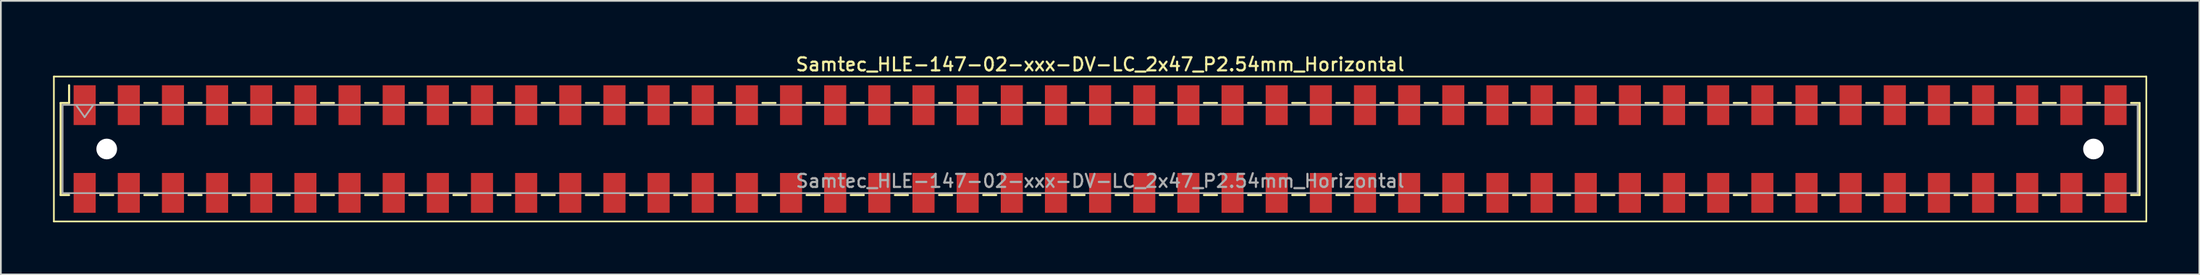
<source format=kicad_pcb>
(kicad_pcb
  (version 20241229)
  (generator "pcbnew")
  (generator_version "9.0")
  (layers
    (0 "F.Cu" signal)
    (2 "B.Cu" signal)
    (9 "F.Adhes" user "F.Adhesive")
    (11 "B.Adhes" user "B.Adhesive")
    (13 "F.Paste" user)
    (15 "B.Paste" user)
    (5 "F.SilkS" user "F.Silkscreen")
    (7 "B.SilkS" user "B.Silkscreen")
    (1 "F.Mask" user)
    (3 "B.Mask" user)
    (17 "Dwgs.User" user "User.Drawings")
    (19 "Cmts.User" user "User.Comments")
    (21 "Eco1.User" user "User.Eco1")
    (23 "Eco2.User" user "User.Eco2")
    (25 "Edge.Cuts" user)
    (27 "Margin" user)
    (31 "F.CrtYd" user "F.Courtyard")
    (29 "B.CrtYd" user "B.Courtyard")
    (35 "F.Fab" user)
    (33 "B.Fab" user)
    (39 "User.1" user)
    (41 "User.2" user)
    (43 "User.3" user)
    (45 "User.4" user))
  (footprint "Samtec_HLE-147-02-xxx-DV-LC_2x47_P2.54mm_Horizontal"
    (layer "F.Cu")
    (at 60.24 5.528)
    (property "Reference" "Samtec_HLE-147-02-xxx-DV-LC_2x47_P2.54mm_Horizontal" (at 0 -4.87 0) (layer "F.SilkS") (effects (font (size 0.75 0.75) (thickness 0.125))))
    (attr smd)
    (fp_line (start -60.19 -4.17) (end 60.19 -4.17) (stroke (width 0.1) (type solid)) (layer "F.SilkS"))
    (fp_line (start -60.19 4.17) (end -60.19 -4.17) (stroke (width 0.1) (type solid)) (layer "F.SilkS"))
    (fp_line (start -59.8 -2.65) (end -59.8 2.65) (stroke (width 0.12) (type solid)) (layer "F.SilkS"))
    (fp_line (start -59.8 2.65) (end -59.315 2.65) (stroke (width 0.12) (type solid)) (layer "F.SilkS"))
    (fp_line (start -59.315 -3.67) (end -59.315 -2.65) (stroke (width 0.12) (type solid)) (layer "F.SilkS"))
    (fp_line (start -59.315 -2.65) (end -59.8 -2.65) (stroke (width 0.12) (type solid)) (layer "F.SilkS"))
    (fp_line (start -57.525 -2.65) (end -56.775 -2.65) (stroke (width 0.12) (type solid)) (layer "F.SilkS"))
    (fp_line (start -57.525 2.65) (end -56.775 2.65) (stroke (width 0.12) (type solid)) (layer "F.SilkS"))
    (fp_line (start -54.985 -2.65) (end -54.235 -2.65) (stroke (width 0.12) (type solid)) (layer "F.SilkS"))
    (fp_line (start -54.985 2.65) (end -54.235 2.65) (stroke (width 0.12) (type solid)) (layer "F.SilkS"))
    (fp_line (start -52.445 -2.65) (end -51.695 -2.65) (stroke (width 0.12) (type solid)) (layer "F.SilkS"))
    (fp_line (start -52.445 2.65) (end -51.695 2.65) (stroke (width 0.12) (type solid)) (layer "F.SilkS"))
    (fp_line (start -49.905 -2.65) (end -49.155 -2.65) (stroke (width 0.12) (type solid)) (layer "F.SilkS"))
    (fp_line (start -49.905 2.65) (end -49.155 2.65) (stroke (width 0.12) (type solid)) (layer "F.SilkS"))
    (fp_line (start -47.365 -2.65) (end -46.615 -2.65) (stroke (width 0.12) (type solid)) (layer "F.SilkS"))
    (fp_line (start -47.365 2.65) (end -46.615 2.65) (stroke (width 0.12) (type solid)) (layer "F.SilkS"))
    (fp_line (start -44.825 -2.65) (end -44.075 -2.65) (stroke (width 0.12) (type solid)) (layer "F.SilkS"))
    (fp_line (start -44.825 2.65) (end -44.075 2.65) (stroke (width 0.12) (type solid)) (layer "F.SilkS"))
    (fp_line (start -42.285 -2.65) (end -41.535 -2.65) (stroke (width 0.12) (type solid)) (layer "F.SilkS"))
    (fp_line (start -42.285 2.65) (end -41.535 2.65) (stroke (width 0.12) (type solid)) (layer "F.SilkS"))
    (fp_line (start -39.745 -2.65) (end -38.995 -2.65) (stroke (width 0.12) (type solid)) (layer "F.SilkS"))
    (fp_line (start -39.745 2.65) (end -38.995 2.65) (stroke (width 0.12) (type solid)) (layer "F.SilkS"))
    (fp_line (start -37.205 -2.65) (end -36.455 -2.65) (stroke (width 0.12) (type solid)) (layer "F.SilkS"))
    (fp_line (start -37.205 2.65) (end -36.455 2.65) (stroke (width 0.12) (type solid)) (layer "F.SilkS"))
    (fp_line (start -34.665 -2.65) (end -33.915 -2.65) (stroke (width 0.12) (type solid)) (layer "F.SilkS"))
    (fp_line (start -34.665 2.65) (end -33.915 2.65) (stroke (width 0.12) (type solid)) (layer "F.SilkS"))
    (fp_line (start -32.125 -2.65) (end -31.375 -2.65) (stroke (width 0.12) (type solid)) (layer "F.SilkS"))
    (fp_line (start -32.125 2.65) (end -31.375 2.65) (stroke (width 0.12) (type solid)) (layer "F.SilkS"))
    (fp_line (start -29.585 -2.65) (end -28.835 -2.65) (stroke (width 0.12) (type solid)) (layer "F.SilkS"))
    (fp_line (start -29.585 2.65) (end -28.835 2.65) (stroke (width 0.12) (type solid)) (layer "F.SilkS"))
    (fp_line (start -27.045 -2.65) (end -26.295 -2.65) (stroke (width 0.12) (type solid)) (layer "F.SilkS"))
    (fp_line (start -27.045 2.65) (end -26.295 2.65) (stroke (width 0.12) (type solid)) (layer "F.SilkS"))
    (fp_line (start -24.505 -2.65) (end -23.755 -2.65) (stroke (width 0.12) (type solid)) (layer "F.SilkS"))
    (fp_line (start -24.505 2.65) (end -23.755 2.65) (stroke (width 0.12) (type solid)) (layer "F.SilkS"))
    (fp_line (start -21.965 -2.65) (end -21.215 -2.65) (stroke (width 0.12) (type solid)) (layer "F.SilkS"))
    (fp_line (start -21.965 2.65) (end -21.215 2.65) (stroke (width 0.12) (type solid)) (layer "F.SilkS"))
    (fp_line (start -19.425 -2.65) (end -18.675 -2.65) (stroke (width 0.12) (type solid)) (layer "F.SilkS"))
    (fp_line (start -19.425 2.65) (end -18.675 2.65) (stroke (width 0.12) (type solid)) (layer "F.SilkS"))
    (fp_line (start -16.885 -2.65) (end -16.135 -2.65) (stroke (width 0.12) (type solid)) (layer "F.SilkS"))
    (fp_line (start -16.885 2.65) (end -16.135 2.65) (stroke (width 0.12) (type solid)) (layer "F.SilkS"))
    (fp_line (start -14.345 -2.65) (end -13.595 -2.65) (stroke (width 0.12) (type solid)) (layer "F.SilkS"))
    (fp_line (start -14.345 2.65) (end -13.595 2.65) (stroke (width 0.12) (type solid)) (layer "F.SilkS"))
    (fp_line (start -11.805 -2.65) (end -11.055 -2.65) (stroke (width 0.12) (type solid)) (layer "F.SilkS"))
    (fp_line (start -11.805 2.65) (end -11.055 2.65) (stroke (width 0.12) (type solid)) (layer "F.SilkS"))
    (fp_line (start -9.265 -2.65) (end -8.515 -2.65) (stroke (width 0.12) (type solid)) (layer "F.SilkS"))
    (fp_line (start -9.265 2.65) (end -8.515 2.65) (stroke (width 0.12) (type solid)) (layer "F.SilkS"))
    (fp_line (start -6.725 -2.65) (end -5.975 -2.65) (stroke (width 0.12) (type solid)) (layer "F.SilkS"))
    (fp_line (start -6.725 2.65) (end -5.975 2.65) (stroke (width 0.12) (type solid)) (layer "F.SilkS"))
    (fp_line (start -4.185 -2.65) (end -3.435 -2.65) (stroke (width 0.12) (type solid)) (layer "F.SilkS"))
    (fp_line (start -4.185 2.65) (end -3.435 2.65) (stroke (width 0.12) (type solid)) (layer "F.SilkS"))
    (fp_line (start -1.645 -2.65) (end -0.895 -2.65) (stroke (width 0.12) (type solid)) (layer "F.SilkS"))
    (fp_line (start -1.645 2.65) (end -0.895 2.65) (stroke (width 0.12) (type solid)) (layer "F.SilkS"))
    (fp_line (start 0.895 -2.65) (end 1.645 -2.65) (stroke (width 0.12) (type solid)) (layer "F.SilkS"))
    (fp_line (start 0.895 2.65) (end 1.645 2.65) (stroke (width 0.12) (type solid)) (layer "F.SilkS"))
    (fp_line (start 3.435 -2.65) (end 4.185 -2.65) (stroke (width 0.12) (type solid)) (layer "F.SilkS"))
    (fp_line (start 3.435 2.65) (end 4.185 2.65) (stroke (width 0.12) (type solid)) (layer "F.SilkS"))
    (fp_line (start 5.975 -2.65) (end 6.725 -2.65) (stroke (width 0.12) (type solid)) (layer "F.SilkS"))
    (fp_line (start 5.975 2.65) (end 6.725 2.65) (stroke (width 0.12) (type solid)) (layer "F.SilkS"))
    (fp_line (start 8.515 -2.65) (end 9.265 -2.65) (stroke (width 0.12) (type solid)) (layer "F.SilkS"))
    (fp_line (start 8.515 2.65) (end 9.265 2.65) (stroke (width 0.12) (type solid)) (layer "F.SilkS"))
    (fp_line (start 11.055 -2.65) (end 11.805 -2.65) (stroke (width 0.12) (type solid)) (layer "F.SilkS"))
    (fp_line (start 11.055 2.65) (end 11.805 2.65) (stroke (width 0.12) (type solid)) (layer "F.SilkS"))
    (fp_line (start 13.595 -2.65) (end 14.345 -2.65) (stroke (width 0.12) (type solid)) (layer "F.SilkS"))
    (fp_line (start 13.595 2.65) (end 14.345 2.65) (stroke (width 0.12) (type solid)) (layer "F.SilkS"))
    (fp_line (start 16.135 -2.65) (end 16.885 -2.65) (stroke (width 0.12) (type solid)) (layer "F.SilkS"))
    (fp_line (start 16.135 2.65) (end 16.885 2.65) (stroke (width 0.12) (type solid)) (layer "F.SilkS"))
    (fp_line (start 18.675 -2.65) (end 19.425 -2.65) (stroke (width 0.12) (type solid)) (layer "F.SilkS"))
    (fp_line (start 18.675 2.65) (end 19.425 2.65) (stroke (width 0.12) (type solid)) (layer "F.SilkS"))
    (fp_line (start 21.215 -2.65) (end 21.965 -2.65) (stroke (width 0.12) (type solid)) (layer "F.SilkS"))
    (fp_line (start 21.215 2.65) (end 21.965 2.65) (stroke (width 0.12) (type solid)) (layer "F.SilkS"))
    (fp_line (start 23.755 -2.65) (end 24.505 -2.65) (stroke (width 0.12) (type solid)) (layer "F.SilkS"))
    (fp_line (start 23.755 2.65) (end 24.505 2.65) (stroke (width 0.12) (type solid)) (layer "F.SilkS"))
    (fp_line (start 26.295 -2.65) (end 27.045 -2.65) (stroke (width 0.12) (type solid)) (layer "F.SilkS"))
    (fp_line (start 26.295 2.65) (end 27.045 2.65) (stroke (width 0.12) (type solid)) (layer "F.SilkS"))
    (fp_line (start 28.835 -2.65) (end 29.585 -2.65) (stroke (width 0.12) (type solid)) (layer "F.SilkS"))
    (fp_line (start 28.835 2.65) (end 29.585 2.65) (stroke (width 0.12) (type solid)) (layer "F.SilkS"))
    (fp_line (start 31.375 -2.65) (end 32.125 -2.65) (stroke (width 0.12) (type solid)) (layer "F.SilkS"))
    (fp_line (start 31.375 2.65) (end 32.125 2.65) (stroke (width 0.12) (type solid)) (layer "F.SilkS"))
    (fp_line (start 33.915 -2.65) (end 34.665 -2.65) (stroke (width 0.12) (type solid)) (layer "F.SilkS"))
    (fp_line (start 33.915 2.65) (end 34.665 2.65) (stroke (width 0.12) (type solid)) (layer "F.SilkS"))
    (fp_line (start 36.455 -2.65) (end 37.205 -2.65) (stroke (width 0.12) (type solid)) (layer "F.SilkS"))
    (fp_line (start 36.455 2.65) (end 37.205 2.65) (stroke (width 0.12) (type solid)) (layer "F.SilkS"))
    (fp_line (start 38.995 -2.65) (end 39.745 -2.65) (stroke (width 0.12) (type solid)) (layer "F.SilkS"))
    (fp_line (start 38.995 2.65) (end 39.745 2.65) (stroke (width 0.12) (type solid)) (layer "F.SilkS"))
    (fp_line (start 41.535 -2.65) (end 42.285 -2.65) (stroke (width 0.12) (type solid)) (layer "F.SilkS"))
    (fp_line (start 41.535 2.65) (end 42.285 2.65) (stroke (width 0.12) (type solid)) (layer "F.SilkS"))
    (fp_line (start 44.075 -2.65) (end 44.825 -2.65) (stroke (width 0.12) (type solid)) (layer "F.SilkS"))
    (fp_line (start 44.075 2.65) (end 44.825 2.65) (stroke (width 0.12) (type solid)) (layer "F.SilkS"))
    (fp_line (start 46.615 -2.65) (end 47.365 -2.65) (stroke (width 0.12) (type solid)) (layer "F.SilkS"))
    (fp_line (start 46.615 2.65) (end 47.365 2.65) (stroke (width 0.12) (type solid)) (layer "F.SilkS"))
    (fp_line (start 49.155 -2.65) (end 49.905 -2.65) (stroke (width 0.12) (type solid)) (layer "F.SilkS"))
    (fp_line (start 49.155 2.65) (end 49.905 2.65) (stroke (width 0.12) (type solid)) (layer "F.SilkS"))
    (fp_line (start 51.695 -2.65) (end 52.445 -2.65) (stroke (width 0.12) (type solid)) (layer "F.SilkS"))
    (fp_line (start 51.695 2.65) (end 52.445 2.65) (stroke (width 0.12) (type solid)) (layer "F.SilkS"))
    (fp_line (start 54.235 -2.65) (end 54.985 -2.65) (stroke (width 0.12) (type solid)) (layer "F.SilkS"))
    (fp_line (start 54.235 2.65) (end 54.985 2.65) (stroke (width 0.12) (type solid)) (layer "F.SilkS"))
    (fp_line (start 56.775 -2.65) (end 57.525 -2.65) (stroke (width 0.12) (type solid)) (layer "F.SilkS"))
    (fp_line (start 56.775 2.65) (end 57.525 2.65) (stroke (width 0.12) (type solid)) (layer "F.SilkS"))
    (fp_line (start 59.315 -2.65) (end 59.8 -2.65) (stroke (width 0.12) (type solid)) (layer "F.SilkS"))
    (fp_line (start 59.8 -2.65) (end 59.8 2.65) (stroke (width 0.12) (type solid)) (layer "F.SilkS"))
    (fp_line (start 59.8 2.65) (end 59.315 2.65) (stroke (width 0.12) (type solid)) (layer "F.SilkS"))
    (fp_line (start 60.19 -4.17) (end 60.19 4.17) (stroke (width 0.1) (type solid)) (layer "F.SilkS"))
    (fp_line (start 60.19 4.17) (end -60.19 4.17) (stroke (width 0.1) (type solid)) (layer "F.SilkS"))
    (fp_line (start -59.69 -2.54) (end 59.69 -2.54) (stroke (width 0.1) (type solid)) (layer "F.Fab"))
    (fp_line (start -59.69 2.54) (end -59.69 -2.54) (stroke (width 0.1) (type solid)) (layer "F.Fab"))
    (fp_line (start -58.92 -2.54) (end -58.42 -1.833) (stroke (width 0.1) (type solid)) (layer "F.Fab"))
    (fp_line (start -58.42 -1.833) (end -57.92 -2.54) (stroke (width 0.1) (type solid)) (layer "F.Fab"))
    (fp_line (start 59.69 -2.54) (end 59.69 2.54) (stroke (width 0.1) (type solid)) (layer "F.Fab"))
    (fp_line (start 59.69 2.54) (end -59.69 2.54) (stroke (width 0.1) (type solid)) (layer "F.Fab"))
    (fp_text user "${REFERENCE}" (at 0 1.84 0) (layer "F.Fab") (effects (font (size 0.75 0.75) (thickness 0.125))))
    (pad "" np_thru_hole circle (at -57.15 0) (size 1.19 1.19) (drill 1.19) (layers "*.Cu" "*.Mask"))
    (pad "" np_thru_hole circle (at 57.15 0) (size 1.19 1.19) (drill 1.19) (layers "*.Cu" "*.Mask"))
    (pad "1" smd rect (at -58.42 -2.525) (size 1.27 2.29) (layers "F.Cu" "F.Mask" "F.Paste"))
    (pad "2" smd rect (at -58.42 2.525) (size 1.27 2.29) (layers "F.Cu" "F.Mask" "F.Paste"))
    (pad "3" smd rect (at -55.88 -2.525) (size 1.27 2.29) (layers "F.Cu" "F.Mask" "F.Paste"))
    (pad "4" smd rect (at -55.88 2.525) (size 1.27 2.29) (layers "F.Cu" "F.Mask" "F.Paste"))
    (pad "5" smd rect (at -53.34 -2.525) (size 1.27 2.29) (layers "F.Cu" "F.Mask" "F.Paste"))
    (pad "6" smd rect (at -53.34 2.525) (size 1.27 2.29) (layers "F.Cu" "F.Mask" "F.Paste"))
    (pad "7" smd rect (at -50.8 -2.525) (size 1.27 2.29) (layers "F.Cu" "F.Mask" "F.Paste"))
    (pad "8" smd rect (at -50.8 2.525) (size 1.27 2.29) (layers "F.Cu" "F.Mask" "F.Paste"))
    (pad "9" smd rect (at -48.26 -2.525) (size 1.27 2.29) (layers "F.Cu" "F.Mask" "F.Paste"))
    (pad "10" smd rect (at -48.26 2.525) (size 1.27 2.29) (layers "F.Cu" "F.Mask" "F.Paste"))
    (pad "11" smd rect (at -45.72 -2.525) (size 1.27 2.29) (layers "F.Cu" "F.Mask" "F.Paste"))
    (pad "12" smd rect (at -45.72 2.525) (size 1.27 2.29) (layers "F.Cu" "F.Mask" "F.Paste"))
    (pad "13" smd rect (at -43.18 -2.525) (size 1.27 2.29) (layers "F.Cu" "F.Mask" "F.Paste"))
    (pad "14" smd rect (at -43.18 2.525) (size 1.27 2.29) (layers "F.Cu" "F.Mask" "F.Paste"))
    (pad "15" smd rect (at -40.64 -2.525) (size 1.27 2.29) (layers "F.Cu" "F.Mask" "F.Paste"))
    (pad "16" smd rect (at -40.64 2.525) (size 1.27 2.29) (layers "F.Cu" "F.Mask" "F.Paste"))
    (pad "17" smd rect (at -38.1 -2.525) (size 1.27 2.29) (layers "F.Cu" "F.Mask" "F.Paste"))
    (pad "18" smd rect (at -38.1 2.525) (size 1.27 2.29) (layers "F.Cu" "F.Mask" "F.Paste"))
    (pad "19" smd rect (at -35.56 -2.525) (size 1.27 2.29) (layers "F.Cu" "F.Mask" "F.Paste"))
    (pad "20" smd rect (at -35.56 2.525) (size 1.27 2.29) (layers "F.Cu" "F.Mask" "F.Paste"))
    (pad "21" smd rect (at -33.02 -2.525) (size 1.27 2.29) (layers "F.Cu" "F.Mask" "F.Paste"))
    (pad "22" smd rect (at -33.02 2.525) (size 1.27 2.29) (layers "F.Cu" "F.Mask" "F.Paste"))
    (pad "23" smd rect (at -30.48 -2.525) (size 1.27 2.29) (layers "F.Cu" "F.Mask" "F.Paste"))
    (pad "24" smd rect (at -30.48 2.525) (size 1.27 2.29) (layers "F.Cu" "F.Mask" "F.Paste"))
    (pad "25" smd rect (at -27.94 -2.525) (size 1.27 2.29) (layers "F.Cu" "F.Mask" "F.Paste"))
    (pad "26" smd rect (at -27.94 2.525) (size 1.27 2.29) (layers "F.Cu" "F.Mask" "F.Paste"))
    (pad "27" smd rect (at -25.4 -2.525) (size 1.27 2.29) (layers "F.Cu" "F.Mask" "F.Paste"))
    (pad "28" smd rect (at -25.4 2.525) (size 1.27 2.29) (layers "F.Cu" "F.Mask" "F.Paste"))
    (pad "29" smd rect (at -22.86 -2.525) (size 1.27 2.29) (layers "F.Cu" "F.Mask" "F.Paste"))
    (pad "30" smd rect (at -22.86 2.525) (size 1.27 2.29) (layers "F.Cu" "F.Mask" "F.Paste"))
    (pad "31" smd rect (at -20.32 -2.525) (size 1.27 2.29) (layers "F.Cu" "F.Mask" "F.Paste"))
    (pad "32" smd rect (at -20.32 2.525) (size 1.27 2.29) (layers "F.Cu" "F.Mask" "F.Paste"))
    (pad "33" smd rect (at -17.78 -2.525) (size 1.27 2.29) (layers "F.Cu" "F.Mask" "F.Paste"))
    (pad "34" smd rect (at -17.78 2.525) (size 1.27 2.29) (layers "F.Cu" "F.Mask" "F.Paste"))
    (pad "35" smd rect (at -15.24 -2.525) (size 1.27 2.29) (layers "F.Cu" "F.Mask" "F.Paste"))
    (pad "36" smd rect (at -15.24 2.525) (size 1.27 2.29) (layers "F.Cu" "F.Mask" "F.Paste"))
    (pad "37" smd rect (at -12.7 -2.525) (size 1.27 2.29) (layers "F.Cu" "F.Mask" "F.Paste"))
    (pad "38" smd rect (at -12.7 2.525) (size 1.27 2.29) (layers "F.Cu" "F.Mask" "F.Paste"))
    (pad "39" smd rect (at -10.16 -2.525) (size 1.27 2.29) (layers "F.Cu" "F.Mask" "F.Paste"))
    (pad "40" smd rect (at -10.16 2.525) (size 1.27 2.29) (layers "F.Cu" "F.Mask" "F.Paste"))
    (pad "41" smd rect (at -7.62 -2.525) (size 1.27 2.29) (layers "F.Cu" "F.Mask" "F.Paste"))
    (pad "42" smd rect (at -7.62 2.525) (size 1.27 2.29) (layers "F.Cu" "F.Mask" "F.Paste"))
    (pad "43" smd rect (at -5.08 -2.525) (size 1.27 2.29) (layers "F.Cu" "F.Mask" "F.Paste"))
    (pad "44" smd rect (at -5.08 2.525) (size 1.27 2.29) (layers "F.Cu" "F.Mask" "F.Paste"))
    (pad "45" smd rect (at -2.54 -2.525) (size 1.27 2.29) (layers "F.Cu" "F.Mask" "F.Paste"))
    (pad "46" smd rect (at -2.54 2.525) (size 1.27 2.29) (layers "F.Cu" "F.Mask" "F.Paste"))
    (pad "47" smd rect (at 0 -2.525) (size 1.27 2.29) (layers "F.Cu" "F.Mask" "F.Paste"))
    (pad "48" smd rect (at 0 2.525) (size 1.27 2.29) (layers "F.Cu" "F.Mask" "F.Paste"))
    (pad "49" smd rect (at 2.54 -2.525) (size 1.27 2.29) (layers "F.Cu" "F.Mask" "F.Paste"))
    (pad "50" smd rect (at 2.54 2.525) (size 1.27 2.29) (layers "F.Cu" "F.Mask" "F.Paste"))
    (pad "51" smd rect (at 5.08 -2.525) (size 1.27 2.29) (layers "F.Cu" "F.Mask" "F.Paste"))
    (pad "52" smd rect (at 5.08 2.525) (size 1.27 2.29) (layers "F.Cu" "F.Mask" "F.Paste"))
    (pad "53" smd rect (at 7.62 -2.525) (size 1.27 2.29) (layers "F.Cu" "F.Mask" "F.Paste"))
    (pad "54" smd rect (at 7.62 2.525) (size 1.27 2.29) (layers "F.Cu" "F.Mask" "F.Paste"))
    (pad "55" smd rect (at 10.16 -2.525) (size 1.27 2.29) (layers "F.Cu" "F.Mask" "F.Paste"))
    (pad "56" smd rect (at 10.16 2.525) (size 1.27 2.29) (layers "F.Cu" "F.Mask" "F.Paste"))
    (pad "57" smd rect (at 12.7 -2.525) (size 1.27 2.29) (layers "F.Cu" "F.Mask" "F.Paste"))
    (pad "58" smd rect (at 12.7 2.525) (size 1.27 2.29) (layers "F.Cu" "F.Mask" "F.Paste"))
    (pad "59" smd rect (at 15.24 -2.525) (size 1.27 2.29) (layers "F.Cu" "F.Mask" "F.Paste"))
    (pad "60" smd rect (at 15.24 2.525) (size 1.27 2.29) (layers "F.Cu" "F.Mask" "F.Paste"))
    (pad "61" smd rect (at 17.78 -2.525) (size 1.27 2.29) (layers "F.Cu" "F.Mask" "F.Paste"))
    (pad "62" smd rect (at 17.78 2.525) (size 1.27 2.29) (layers "F.Cu" "F.Mask" "F.Paste"))
    (pad "63" smd rect (at 20.32 -2.525) (size 1.27 2.29) (layers "F.Cu" "F.Mask" "F.Paste"))
    (pad "64" smd rect (at 20.32 2.525) (size 1.27 2.29) (layers "F.Cu" "F.Mask" "F.Paste"))
    (pad "65" smd rect (at 22.86 -2.525) (size 1.27 2.29) (layers "F.Cu" "F.Mask" "F.Paste"))
    (pad "66" smd rect (at 22.86 2.525) (size 1.27 2.29) (layers "F.Cu" "F.Mask" "F.Paste"))
    (pad "67" smd rect (at 25.4 -2.525) (size 1.27 2.29) (layers "F.Cu" "F.Mask" "F.Paste"))
    (pad "68" smd rect (at 25.4 2.525) (size 1.27 2.29) (layers "F.Cu" "F.Mask" "F.Paste"))
    (pad "69" smd rect (at 27.94 -2.525) (size 1.27 2.29) (layers "F.Cu" "F.Mask" "F.Paste"))
    (pad "70" smd rect (at 27.94 2.525) (size 1.27 2.29) (layers "F.Cu" "F.Mask" "F.Paste"))
    (pad "71" smd rect (at 30.48 -2.525) (size 1.27 2.29) (layers "F.Cu" "F.Mask" "F.Paste"))
    (pad "72" smd rect (at 30.48 2.525) (size 1.27 2.29) (layers "F.Cu" "F.Mask" "F.Paste"))
    (pad "73" smd rect (at 33.02 -2.525) (size 1.27 2.29) (layers "F.Cu" "F.Mask" "F.Paste"))
    (pad "74" smd rect (at 33.02 2.525) (size 1.27 2.29) (layers "F.Cu" "F.Mask" "F.Paste"))
    (pad "75" smd rect (at 35.56 -2.525) (size 1.27 2.29) (layers "F.Cu" "F.Mask" "F.Paste"))
    (pad "76" smd rect (at 35.56 2.525) (size 1.27 2.29) (layers "F.Cu" "F.Mask" "F.Paste"))
    (pad "77" smd rect (at 38.1 -2.525) (size 1.27 2.29) (layers "F.Cu" "F.Mask" "F.Paste"))
    (pad "78" smd rect (at 38.1 2.525) (size 1.27 2.29) (layers "F.Cu" "F.Mask" "F.Paste"))
    (pad "79" smd rect (at 40.64 -2.525) (size 1.27 2.29) (layers "F.Cu" "F.Mask" "F.Paste"))
    (pad "80" smd rect (at 40.64 2.525) (size 1.27 2.29) (layers "F.Cu" "F.Mask" "F.Paste"))
    (pad "81" smd rect (at 43.18 -2.525) (size 1.27 2.29) (layers "F.Cu" "F.Mask" "F.Paste"))
    (pad "82" smd rect (at 43.18 2.525) (size 1.27 2.29) (layers "F.Cu" "F.Mask" "F.Paste"))
    (pad "83" smd rect (at 45.72 -2.525) (size 1.27 2.29) (layers "F.Cu" "F.Mask" "F.Paste"))
    (pad "84" smd rect (at 45.72 2.525) (size 1.27 2.29) (layers "F.Cu" "F.Mask" "F.Paste"))
    (pad "85" smd rect (at 48.26 -2.525) (size 1.27 2.29) (layers "F.Cu" "F.Mask" "F.Paste"))
    (pad "86" smd rect (at 48.26 2.525) (size 1.27 2.29) (layers "F.Cu" "F.Mask" "F.Paste"))
    (pad "87" smd rect (at 50.8 -2.525) (size 1.27 2.29) (layers "F.Cu" "F.Mask" "F.Paste"))
    (pad "88" smd rect (at 50.8 2.525) (size 1.27 2.29) (layers "F.Cu" "F.Mask" "F.Paste"))
    (pad "89" smd rect (at 53.34 -2.525) (size 1.27 2.29) (layers "F.Cu" "F.Mask" "F.Paste"))
    (pad "90" smd rect (at 53.34 2.525) (size 1.27 2.29) (layers "F.Cu" "F.Mask" "F.Paste"))
    (pad "91" smd rect (at 55.88 -2.525) (size 1.27 2.29) (layers "F.Cu" "F.Mask" "F.Paste"))
    (pad "92" smd rect (at 55.88 2.525) (size 1.27 2.29) (layers "F.Cu" "F.Mask" "F.Paste"))
    (pad "93" smd rect (at 58.42 -2.525) (size 1.27 2.29) (layers "F.Cu" "F.Mask" "F.Paste"))
    (pad "94" smd rect (at 58.42 2.525) (size 1.27 2.29) (layers "F.Cu" "F.Mask" "F.Paste")))
  (gr_rect
    (start -3 -3)
    (end 123.48 12.748)
    (stroke (width 0.1) (type default))
    (fill no)
    (layer "Edge.Cuts")))
</source>
